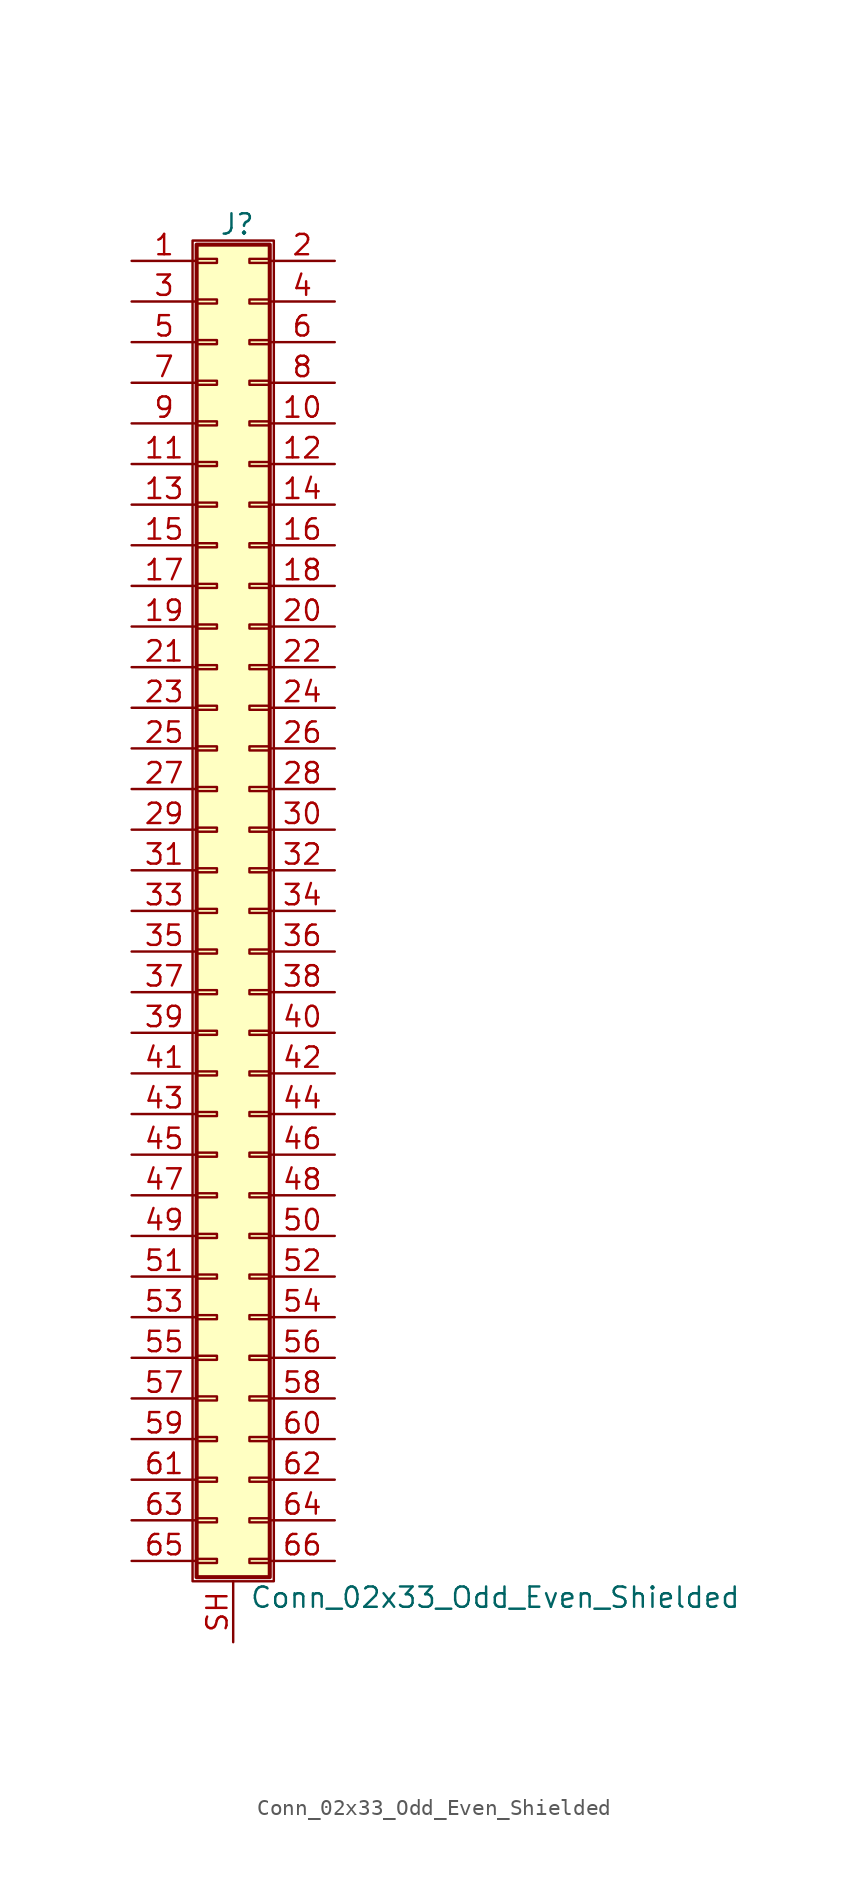
<source format=kicad_sym>
(kicad_symbol_lib
  (version 20201005)
  (generator kicad_symbol_editor)
  (symbol "Connector_Generic_Shielded:Conn_02x33_Odd_Even_Shielded"
    (pin_names
      (offset 1.016) hide)
    (property "Reference" "J"
      (at 1.524 42.926 0)
      (effects (font (size 1.27 1.27))))
    (property "Value" "Conn_02x33_Odd_Even_Shielded"
      (at 2.286 -42.926 0)
      (effects (font (size 1.27 1.27)) (justify left)))
    (symbol "Conn_02x33_Odd_Even_Shielded_1_1"
      (rectangle (start -1.016 -27.813) (end 0.254 -28.067) (stroke (width 0.152)) (fill (type none)))
      (rectangle (start -1.016 -30.353) (end 0.254 -30.607) (stroke (width 0.152)) (fill (type none)))
      (rectangle (start -1.016 -32.893) (end 0.254 -33.147) (stroke (width 0.152)) (fill (type none)))
      (rectangle (start -1.016 -35.433) (end 0.254 -35.687) (stroke (width 0.152)) (fill (type none)))
      (rectangle (start -1.016 -37.973) (end 0.254 -38.227) (stroke (width 0.152)) (fill (type none)))
      (rectangle (start -1.016 -40.513) (end 0.254 -40.767) (stroke (width 0.152)) (fill (type none)))
      (rectangle (start -1.016 -4.953) (end 0.254 -5.207) (stroke (width 0.152)) (fill (type none)))
      (rectangle (start -1.016 -7.493) (end 0.254 -7.747) (stroke (width 0.152)) (fill (type none)))
      (rectangle (start -1.016 -10.033) (end 0.254 -10.287) (stroke (width 0.152)) (fill (type none)))
      (rectangle (start -1.016 -12.573) (end 0.254 -12.827) (stroke (width 0.152)) (fill (type none)))
      (rectangle (start -1.016 -15.113) (end 0.254 -15.367) (stroke (width 0.152)) (fill (type none)))
      (rectangle (start -1.016 -17.653) (end 0.254 -17.907) (stroke (width 0.152)) (fill (type none)))
      (rectangle (start -1.016 -20.193) (end 0.254 -20.447) (stroke (width 0.152)) (fill (type none)))
      (rectangle (start -1.016 -22.733) (end 0.254 -22.987) (stroke (width 0.152)) (fill (type none)))
      (rectangle (start -1.016 -2.413) (end 0.254 -2.667) (stroke (width 0.152)) (fill (type none)))
      (rectangle (start -1.016 -25.273) (end 0.254 -25.527) (stroke (width 0.152)) (fill (type none)))
      (rectangle (start -1.016 25.527) (end 0.254 25.273) (stroke (width 0.152)) (fill (type none)))
      (rectangle (start -1.016 2.667) (end 0.254 2.413) (stroke (width 0.152)) (fill (type none)))
      (rectangle (start -1.016 28.067) (end 0.254 27.813) (stroke (width 0.152)) (fill (type none)))
      (rectangle (start -1.016 30.607) (end 0.254 30.353) (stroke (width 0.152)) (fill (type none)))
      (rectangle (start -1.016 33.147) (end 0.254 32.893) (stroke (width 0.152)) (fill (type none)))
      (rectangle (start -1.016 35.687) (end 0.254 35.433) (stroke (width 0.152)) (fill (type none)))
      (rectangle (start -1.016 38.227) (end 0.254 37.973) (stroke (width 0.152)) (fill (type none)))
      (rectangle (start -1.016 40.767) (end 0.254 40.513) (stroke (width 0.152)) (fill (type none)))
      (rectangle (start -1.016 41.656) (end 3.556 -41.656) (stroke (width 0.254)) (fill (type background)))
      (rectangle (start -1.016 5.207) (end 0.254 4.953) (stroke (width 0.152)) (fill (type none)))
      (rectangle (start -1.016 7.747) (end 0.254 7.493) (stroke (width 0.152)) (fill (type none)))
      (rectangle (start -1.016 10.287) (end 0.254 10.033) (stroke (width 0.152)) (fill (type none)))
      (rectangle (start -1.016 0.127) (end 0.254 -0.127) (stroke (width 0.152)) (fill (type none)))
      (rectangle (start -1.016 12.827) (end 0.254 12.573) (stroke (width 0.152)) (fill (type none)))
      (rectangle (start -1.016 15.367) (end 0.254 15.113) (stroke (width 0.152)) (fill (type none)))
      (rectangle (start -1.016 17.907) (end 0.254 17.653) (stroke (width 0.152)) (fill (type none)))
      (rectangle (start -1.016 20.447) (end 0.254 20.193) (stroke (width 0.152)) (fill (type none)))
      (rectangle (start -1.016 22.987) (end 0.254 22.733) (stroke (width 0.152)) (fill (type none)))
      (rectangle (start -1.27 41.91) (end 3.81 -41.91) (stroke (width 0.152)) (fill (type none)))
      (rectangle (start 3.556 -27.813) (end 2.286 -28.067) (stroke (width 0.152)) (fill (type none)))
      (rectangle (start 3.556 -30.353) (end 2.286 -30.607) (stroke (width 0.152)) (fill (type none)))
      (rectangle (start 3.556 -32.893) (end 2.286 -33.147) (stroke (width 0.152)) (fill (type none)))
      (rectangle (start 3.556 -35.433) (end 2.286 -35.687) (stroke (width 0.152)) (fill (type none)))
      (rectangle (start 3.556 -37.973) (end 2.286 -38.227) (stroke (width 0.152)) (fill (type none)))
      (rectangle (start 3.556 -40.513) (end 2.286 -40.767) (stroke (width 0.152)) (fill (type none)))
      (rectangle (start 3.556 -4.953) (end 2.286 -5.207) (stroke (width 0.152)) (fill (type none)))
      (rectangle (start 3.556 -7.493) (end 2.286 -7.747) (stroke (width 0.152)) (fill (type none)))
      (rectangle (start 3.556 -10.033) (end 2.286 -10.287) (stroke (width 0.152)) (fill (type none)))
      (rectangle (start 3.556 -12.573) (end 2.286 -12.827) (stroke (width 0.152)) (fill (type none)))
      (rectangle (start 3.556 -15.113) (end 2.286 -15.367) (stroke (width 0.152)) (fill (type none)))
      (rectangle (start 3.556 -17.653) (end 2.286 -17.907) (stroke (width 0.152)) (fill (type none)))
      (rectangle (start 3.556 -20.193) (end 2.286 -20.447) (stroke (width 0.152)) (fill (type none)))
      (rectangle (start 3.556 -22.733) (end 2.286 -22.987) (stroke (width 0.152)) (fill (type none)))
      (rectangle (start 3.556 -2.413) (end 2.286 -2.667) (stroke (width 0.152)) (fill (type none)))
      (rectangle (start 3.556 -25.273) (end 2.286 -25.527) (stroke (width 0.152)) (fill (type none)))
      (rectangle (start 3.556 25.527) (end 2.286 25.273) (stroke (width 0.152)) (fill (type none)))
      (rectangle (start 3.556 2.667) (end 2.286 2.413) (stroke (width 0.152)) (fill (type none)))
      (rectangle (start 3.556 28.067) (end 2.286 27.813) (stroke (width 0.152)) (fill (type none)))
      (rectangle (start 3.556 30.607) (end 2.286 30.353) (stroke (width 0.152)) (fill (type none)))
      (rectangle (start 3.556 33.147) (end 2.286 32.893) (stroke (width 0.152)) (fill (type none)))
      (rectangle (start 3.556 35.687) (end 2.286 35.433) (stroke (width 0.152)) (fill (type none)))
      (rectangle (start 3.556 38.227) (end 2.286 37.973) (stroke (width 0.152)) (fill (type none)))
      (rectangle (start 3.556 40.767) (end 2.286 40.513) (stroke (width 0.152)) (fill (type none)))
      (rectangle (start 3.556 5.207) (end 2.286 4.953) (stroke (width 0.152)) (fill (type none)))
      (rectangle (start 3.556 7.747) (end 2.286 7.493) (stroke (width 0.152)) (fill (type none)))
      (rectangle (start 3.556 10.287) (end 2.286 10.033) (stroke (width 0.152)) (fill (type none)))
      (rectangle (start 3.556 0.127) (end 2.286 -0.127) (stroke (width 0.152)) (fill (type none)))
      (rectangle (start 3.556 12.827) (end 2.286 12.573) (stroke (width 0.152)) (fill (type none)))
      (rectangle (start 3.556 15.367) (end 2.286 15.113) (stroke (width 0.152)) (fill (type none)))
      (rectangle (start 3.556 17.907) (end 2.286 17.653) (stroke (width 0.152)) (fill (type none)))
      (rectangle (start 3.556 20.447) (end 2.286 20.193) (stroke (width 0.152)) (fill (type none)))
      (rectangle (start 3.556 22.987) (end 2.286 22.733) (stroke (width 0.152)) (fill (type none)))
      (pin passive line (at -5.08 40.64 0) (length 4.064) (name "Pin_1" (effects (font (size 1.27 1.27)))) (number "1" (effects (font (size 1.27 1.27)))))
      (pin passive line (at 7.62 30.48 180) (length 4.064) (name "Pin_10" (effects (font (size 1.27 1.27)))) (number "10" (effects (font (size 1.27 1.27)))))
      (pin passive line (at -5.08 27.94 0) (length 4.064) (name "Pin_11" (effects (font (size 1.27 1.27)))) (number "11" (effects (font (size 1.27 1.27)))))
      (pin passive line (at 7.62 27.94 180) (length 4.064) (name "Pin_12" (effects (font (size 1.27 1.27)))) (number "12" (effects (font (size 1.27 1.27)))))
      (pin passive line (at -5.08 25.4 0) (length 4.064) (name "Pin_13" (effects (font (size 1.27 1.27)))) (number "13" (effects (font (size 1.27 1.27)))))
      (pin passive line (at 7.62 25.4 180) (length 4.064) (name "Pin_14" (effects (font (size 1.27 1.27)))) (number "14" (effects (font (size 1.27 1.27)))))
      (pin passive line (at -5.08 22.86 0) (length 4.064) (name "Pin_15" (effects (font (size 1.27 1.27)))) (number "15" (effects (font (size 1.27 1.27)))))
      (pin passive line (at 7.62 22.86 180) (length 4.064) (name "Pin_16" (effects (font (size 1.27 1.27)))) (number "16" (effects (font (size 1.27 1.27)))))
      (pin passive line (at -5.08 20.32 0) (length 4.064) (name "Pin_17" (effects (font (size 1.27 1.27)))) (number "17" (effects (font (size 1.27 1.27)))))
      (pin passive line (at 7.62 20.32 180) (length 4.064) (name "Pin_18" (effects (font (size 1.27 1.27)))) (number "18" (effects (font (size 1.27 1.27)))))
      (pin passive line (at -5.08 17.78 0) (length 4.064) (name "Pin_19" (effects (font (size 1.27 1.27)))) (number "19" (effects (font (size 1.27 1.27)))))
      (pin passive line (at 7.62 40.64 180) (length 4.064) (name "Pin_2" (effects (font (size 1.27 1.27)))) (number "2" (effects (font (size 1.27 1.27)))))
      (pin passive line (at 7.62 17.78 180) (length 4.064) (name "Pin_20" (effects (font (size 1.27 1.27)))) (number "20" (effects (font (size 1.27 1.27)))))
      (pin passive line (at -5.08 15.24 0) (length 4.064) (name "Pin_21" (effects (font (size 1.27 1.27)))) (number "21" (effects (font (size 1.27 1.27)))))
      (pin passive line (at 7.62 15.24 180) (length 4.064) (name "Pin_22" (effects (font (size 1.27 1.27)))) (number "22" (effects (font (size 1.27 1.27)))))
      (pin passive line (at -5.08 12.7 0) (length 4.064) (name "Pin_23" (effects (font (size 1.27 1.27)))) (number "23" (effects (font (size 1.27 1.27)))))
      (pin passive line (at 7.62 12.7 180) (length 4.064) (name "Pin_24" (effects (font (size 1.27 1.27)))) (number "24" (effects (font (size 1.27 1.27)))))
      (pin passive line (at -5.08 10.16 0) (length 4.064) (name "Pin_25" (effects (font (size 1.27 1.27)))) (number "25" (effects (font (size 1.27 1.27)))))
      (pin passive line (at 7.62 10.16 180) (length 4.064) (name "Pin_26" (effects (font (size 1.27 1.27)))) (number "26" (effects (font (size 1.27 1.27)))))
      (pin passive line (at -5.08 7.62 0) (length 4.064) (name "Pin_27" (effects (font (size 1.27 1.27)))) (number "27" (effects (font (size 1.27 1.27)))))
      (pin passive line (at 7.62 7.62 180) (length 4.064) (name "Pin_28" (effects (font (size 1.27 1.27)))) (number "28" (effects (font (size 1.27 1.27)))))
      (pin passive line (at -5.08 5.08 0) (length 4.064) (name "Pin_29" (effects (font (size 1.27 1.27)))) (number "29" (effects (font (size 1.27 1.27)))))
      (pin passive line (at -5.08 38.1 0) (length 4.064) (name "Pin_3" (effects (font (size 1.27 1.27)))) (number "3" (effects (font (size 1.27 1.27)))))
      (pin passive line (at 7.62 5.08 180) (length 4.064) (name "Pin_30" (effects (font (size 1.27 1.27)))) (number "30" (effects (font (size 1.27 1.27)))))
      (pin passive line (at -5.08 2.54 0) (length 4.064) (name "Pin_31" (effects (font (size 1.27 1.27)))) (number "31" (effects (font (size 1.27 1.27)))))
      (pin passive line (at 7.62 2.54 180) (length 4.064) (name "Pin_32" (effects (font (size 1.27 1.27)))) (number "32" (effects (font (size 1.27 1.27)))))
      (pin passive line (at -5.08 0 0) (length 4.064) (name "Pin_33" (effects (font (size 1.27 1.27)))) (number "33" (effects (font (size 1.27 1.27)))))
      (pin passive line (at 7.62 0 180) (length 4.064) (name "Pin_34" (effects (font (size 1.27 1.27)))) (number "34" (effects (font (size 1.27 1.27)))))
      (pin passive line (at -5.08 -2.54 0) (length 4.064) (name "Pin_35" (effects (font (size 1.27 1.27)))) (number "35" (effects (font (size 1.27 1.27)))))
      (pin passive line (at 7.62 -2.54 180) (length 4.064) (name "Pin_36" (effects (font (size 1.27 1.27)))) (number "36" (effects (font (size 1.27 1.27)))))
      (pin passive line (at -5.08 -5.08 0) (length 4.064) (name "Pin_37" (effects (font (size 1.27 1.27)))) (number "37" (effects (font (size 1.27 1.27)))))
      (pin passive line (at 7.62 -5.08 180) (length 4.064) (name "Pin_38" (effects (font (size 1.27 1.27)))) (number "38" (effects (font (size 1.27 1.27)))))
      (pin passive line (at -5.08 -7.62 0) (length 4.064) (name "Pin_39" (effects (font (size 1.27 1.27)))) (number "39" (effects (font (size 1.27 1.27)))))
      (pin passive line (at 7.62 38.1 180) (length 4.064) (name "Pin_4" (effects (font (size 1.27 1.27)))) (number "4" (effects (font (size 1.27 1.27)))))
      (pin passive line (at 7.62 -7.62 180) (length 4.064) (name "Pin_40" (effects (font (size 1.27 1.27)))) (number "40" (effects (font (size 1.27 1.27)))))
      (pin passive line (at -5.08 -10.16 0) (length 4.064) (name "Pin_41" (effects (font (size 1.27 1.27)))) (number "41" (effects (font (size 1.27 1.27)))))
      (pin passive line (at 7.62 -10.16 180) (length 4.064) (name "Pin_42" (effects (font (size 1.27 1.27)))) (number "42" (effects (font (size 1.27 1.27)))))
      (pin passive line (at -5.08 -12.7 0) (length 4.064) (name "Pin_43" (effects (font (size 1.27 1.27)))) (number "43" (effects (font (size 1.27 1.27)))))
      (pin passive line (at 7.62 -12.7 180) (length 4.064) (name "Pin_44" (effects (font (size 1.27 1.27)))) (number "44" (effects (font (size 1.27 1.27)))))
      (pin passive line (at -5.08 -15.24 0) (length 4.064) (name "Pin_45" (effects (font (size 1.27 1.27)))) (number "45" (effects (font (size 1.27 1.27)))))
      (pin passive line (at 7.62 -15.24 180) (length 4.064) (name "Pin_46" (effects (font (size 1.27 1.27)))) (number "46" (effects (font (size 1.27 1.27)))))
      (pin passive line (at -5.08 -17.78 0) (length 4.064) (name "Pin_47" (effects (font (size 1.27 1.27)))) (number "47" (effects (font (size 1.27 1.27)))))
      (pin passive line (at 7.62 -17.78 180) (length 4.064) (name "Pin_48" (effects (font (size 1.27 1.27)))) (number "48" (effects (font (size 1.27 1.27)))))
      (pin passive line (at -5.08 -20.32 0) (length 4.064) (name "Pin_49" (effects (font (size 1.27 1.27)))) (number "49" (effects (font (size 1.27 1.27)))))
      (pin passive line (at -5.08 35.56 0) (length 4.064) (name "Pin_5" (effects (font (size 1.27 1.27)))) (number "5" (effects (font (size 1.27 1.27)))))
      (pin passive line (at 7.62 -20.32 180) (length 4.064) (name "Pin_50" (effects (font (size 1.27 1.27)))) (number "50" (effects (font (size 1.27 1.27)))))
      (pin passive line (at -5.08 -22.86 0) (length 4.064) (name "Pin_51" (effects (font (size 1.27 1.27)))) (number "51" (effects (font (size 1.27 1.27)))))
      (pin passive line (at 7.62 -22.86 180) (length 4.064) (name "Pin_52" (effects (font (size 1.27 1.27)))) (number "52" (effects (font (size 1.27 1.27)))))
      (pin passive line (at -5.08 -25.4 0) (length 4.064) (name "Pin_53" (effects (font (size 1.27 1.27)))) (number "53" (effects (font (size 1.27 1.27)))))
      (pin passive line (at 7.62 -25.4 180) (length 4.064) (name "Pin_54" (effects (font (size 1.27 1.27)))) (number "54" (effects (font (size 1.27 1.27)))))
      (pin passive line (at -5.08 -27.94 0) (length 4.064) (name "Pin_55" (effects (font (size 1.27 1.27)))) (number "55" (effects (font (size 1.27 1.27)))))
      (pin passive line (at 7.62 -27.94 180) (length 4.064) (name "Pin_56" (effects (font (size 1.27 1.27)))) (number "56" (effects (font (size 1.27 1.27)))))
      (pin passive line (at -5.08 -30.48 0) (length 4.064) (name "Pin_57" (effects (font (size 1.27 1.27)))) (number "57" (effects (font (size 1.27 1.27)))))
      (pin passive line (at 7.62 -30.48 180) (length 4.064) (name "Pin_58" (effects (font (size 1.27 1.27)))) (number "58" (effects (font (size 1.27 1.27)))))
      (pin passive line (at -5.08 -33.02 0) (length 4.064) (name "Pin_59" (effects (font (size 1.27 1.27)))) (number "59" (effects (font (size 1.27 1.27)))))
      (pin passive line (at 7.62 35.56 180) (length 4.064) (name "Pin_6" (effects (font (size 1.27 1.27)))) (number "6" (effects (font (size 1.27 1.27)))))
      (pin passive line (at 7.62 -33.02 180) (length 4.064) (name "Pin_60" (effects (font (size 1.27 1.27)))) (number "60" (effects (font (size 1.27 1.27)))))
      (pin passive line (at -5.08 -35.56 0) (length 4.064) (name "Pin_61" (effects (font (size 1.27 1.27)))) (number "61" (effects (font (size 1.27 1.27)))))
      (pin passive line (at 7.62 -35.56 180) (length 4.064) (name "Pin_62" (effects (font (size 1.27 1.27)))) (number "62" (effects (font (size 1.27 1.27)))))
      (pin passive line (at -5.08 -38.1 0) (length 4.064) (name "Pin_63" (effects (font (size 1.27 1.27)))) (number "63" (effects (font (size 1.27 1.27)))))
      (pin passive line (at 7.62 -38.1 180) (length 4.064) (name "Pin_64" (effects (font (size 1.27 1.27)))) (number "64" (effects (font (size 1.27 1.27)))))
      (pin passive line (at -5.08 -40.64 0) (length 4.064) (name "Pin_65" (effects (font (size 1.27 1.27)))) (number "65" (effects (font (size 1.27 1.27)))))
      (pin passive line (at 7.62 -40.64 180) (length 4.064) (name "Pin_66" (effects (font (size 1.27 1.27)))) (number "66" (effects (font (size 1.27 1.27)))))
      (pin passive line (at -5.08 33.02 0) (length 4.064) (name "Pin_7" (effects (font (size 1.27 1.27)))) (number "7" (effects (font (size 1.27 1.27)))))
      (pin passive line (at 7.62 33.02 180) (length 4.064) (name "Pin_8" (effects (font (size 1.27 1.27)))) (number "8" (effects (font (size 1.27 1.27)))))
      (pin passive line (at -5.08 30.48 0) (length 4.064) (name "Pin_9" (effects (font (size 1.27 1.27)))) (number "9" (effects (font (size 1.27 1.27)))))
      (pin passive line (at 1.27 -45.72 90) (length 3.81) (name "Shield" (effects (font (size 1.27 1.27)))) (number "SH" (effects (font (size 1.27 1.27))))))))
</source>
